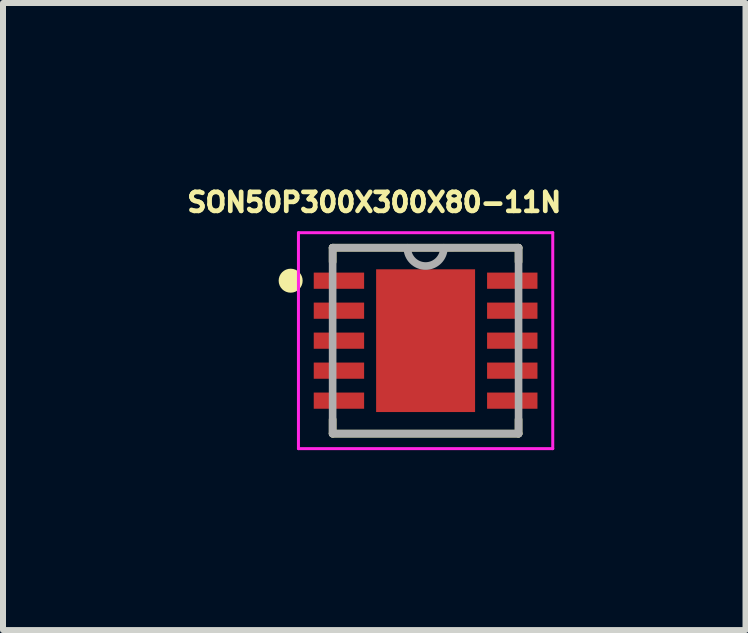
<source format=kicad_pcb>
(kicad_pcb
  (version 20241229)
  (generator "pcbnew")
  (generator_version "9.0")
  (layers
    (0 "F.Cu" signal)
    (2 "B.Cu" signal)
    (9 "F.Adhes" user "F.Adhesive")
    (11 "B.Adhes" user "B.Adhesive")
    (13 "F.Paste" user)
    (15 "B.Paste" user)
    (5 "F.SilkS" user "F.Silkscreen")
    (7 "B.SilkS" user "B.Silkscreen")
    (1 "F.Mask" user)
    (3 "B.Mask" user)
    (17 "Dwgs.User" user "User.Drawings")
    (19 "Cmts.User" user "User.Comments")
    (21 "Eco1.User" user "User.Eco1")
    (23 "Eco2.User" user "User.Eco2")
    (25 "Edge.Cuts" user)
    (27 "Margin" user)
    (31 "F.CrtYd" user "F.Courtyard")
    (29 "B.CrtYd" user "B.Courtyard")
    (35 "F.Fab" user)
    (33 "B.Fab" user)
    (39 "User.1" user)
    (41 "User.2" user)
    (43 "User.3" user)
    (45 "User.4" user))
  (footprint "SON50P300X300X80-11N"
    (layer "F.Cu")
    (at 4.046 2.63)
    (property "Reference" "SON50P300X300X80-11N" (at -0.856 -2.307 0) (layer "F.SilkS") (effects (font (size 0.316 0.316) (thickness 0.15))))
    (attr smd)
    (fp_line (start -1.55 -1.55) (end -1.55 -1.315) (stroke (width 0.127) (type solid)) (layer "F.SilkS"))
    (fp_line (start -1.55 1.55) (end -1.55 1.315) (stroke (width 0.127) (type solid)) (layer "F.SilkS"))
    (fp_line (start -1.55 1.55) (end 1.55 1.55) (stroke (width 0.127) (type solid)) (layer "F.SilkS"))
    (fp_line (start 1.55 -1.55) (end -1.55 -1.55) (stroke (width 0.127) (type solid)) (layer "F.SilkS"))
    (fp_line (start 1.55 -1.55) (end 1.55 -1.315) (stroke (width 0.127) (type solid)) (layer "F.SilkS"))
    (fp_line (start 1.55 1.55) (end 1.55 1.315) (stroke (width 0.127) (type solid)) (layer "F.SilkS"))
    (fp_circle (center -2.25 -1) (end -2.15 -1) (stroke (width 0.2) (type solid)) (fill no) (layer "F.SilkS"))
    (fp_poly (pts (xy -0.523 -0.753) (xy 0.522 -0.753) (xy 0.522 0.754) (xy -0.523 0.754)) (stroke (width 0.01) (type solid)) (fill yes) (layer "F.Paste"))
    (fp_line (start -2.12 -1.8) (end 2.12 -1.8) (stroke (width 0.05) (type solid)) (layer "F.CrtYd"))
    (fp_line (start -2.12 1.8) (end -2.12 -1.8) (stroke (width 0.05) (type solid)) (layer "F.CrtYd"))
    (fp_line (start 2.12 -1.8) (end 2.12 1.8) (stroke (width 0.05) (type solid)) (layer "F.CrtYd"))
    (fp_line (start 2.12 1.8) (end -2.12 1.8) (stroke (width 0.05) (type solid)) (layer "F.CrtYd"))
    (fp_line (start -1.55 -1.55) (end -1.55 1.55) (stroke (width 0.127) (type solid)) (layer "F.Fab"))
    (fp_line (start -1.55 1.55) (end 1.55 1.55) (stroke (width 0.127) (type solid)) (layer "F.Fab"))
    (fp_line (start -0.305 -1.549) (end -1.55 -1.55) (stroke (width 0.127) (type solid)) (layer "F.Fab"))
    (fp_line (start 0.305 -1.549) (end -0.305 -1.549) (stroke (width 0.127) (type solid)) (layer "F.Fab"))
    (fp_line (start 1.55 -1.55) (end 0.305 -1.549) (stroke (width 0.127) (type solid)) (layer "F.Fab"))
    (fp_line (start 1.55 1.55) (end 1.55 -1.55) (stroke (width 0.127) (type solid)) (layer "F.Fab"))
    (fp_arc (start 0.3048 -1.5494) (mid 0 -1.2446) (end -0.3048 -1.5494) (stroke (width 0.127) (type solid)) (layer "F.Fab"))
    (pad "1" smd roundrect (at -1.445 -1) (size 0.84 0.27) (layers "F.Cu" "F.Mask" "F.Paste") (roundrect_rratio 0.01))
    (pad "2" smd rect (at -1.445 -0.5) (size 0.84 0.27) (layers "F.Cu" "F.Mask" "F.Paste"))
    (pad "3" smd rect (at -1.445 0) (size 0.84 0.27) (layers "F.Cu" "F.Mask" "F.Paste"))
    (pad "4" smd rect (at -1.445 0.5) (size 0.84 0.27) (layers "F.Cu" "F.Mask" "F.Paste"))
    (pad "5" smd rect (at -1.445 1) (size 0.84 0.27) (layers "F.Cu" "F.Mask" "F.Paste"))
    (pad "6" smd rect (at 1.445 1) (size 0.84 0.27) (layers "F.Cu" "F.Mask" "F.Paste"))
    (pad "7" smd rect (at 1.445 0.5) (size 0.84 0.27) (layers "F.Cu" "F.Mask" "F.Paste"))
    (pad "8" smd rect (at 1.445 0) (size 0.84 0.27) (layers "F.Cu" "F.Mask" "F.Paste"))
    (pad "9" smd rect (at 1.445 -0.5) (size 0.84 0.27) (layers "F.Cu" "F.Mask" "F.Paste"))
    (pad "10" smd rect (at 1.445 -1) (size 0.84 0.27) (layers "F.Cu" "F.Mask" "F.Paste"))
    (pad "11" smd rect (at 0 0) (size 1.65 2.38) (layers "F.Cu" "F.Mask")))
  (gr_rect
    (start -3 -3)
    (end 9.38 7.455)
    (stroke (width 0.1) (type default))
    (fill no)
    (layer "Edge.Cuts")))
</source>
